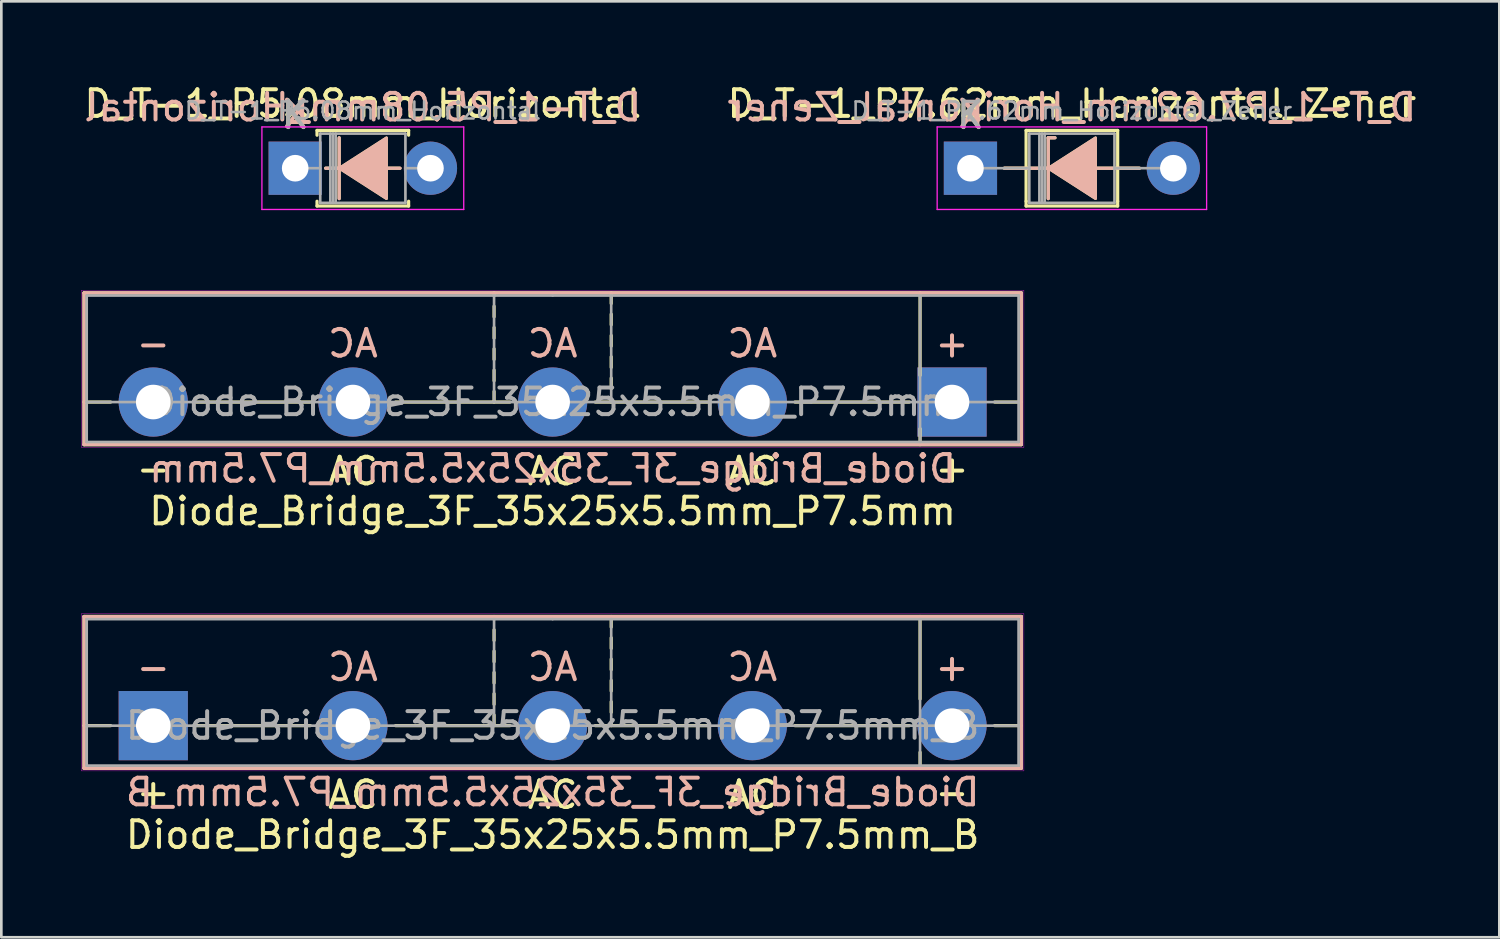
<source format=kicad_pcb>
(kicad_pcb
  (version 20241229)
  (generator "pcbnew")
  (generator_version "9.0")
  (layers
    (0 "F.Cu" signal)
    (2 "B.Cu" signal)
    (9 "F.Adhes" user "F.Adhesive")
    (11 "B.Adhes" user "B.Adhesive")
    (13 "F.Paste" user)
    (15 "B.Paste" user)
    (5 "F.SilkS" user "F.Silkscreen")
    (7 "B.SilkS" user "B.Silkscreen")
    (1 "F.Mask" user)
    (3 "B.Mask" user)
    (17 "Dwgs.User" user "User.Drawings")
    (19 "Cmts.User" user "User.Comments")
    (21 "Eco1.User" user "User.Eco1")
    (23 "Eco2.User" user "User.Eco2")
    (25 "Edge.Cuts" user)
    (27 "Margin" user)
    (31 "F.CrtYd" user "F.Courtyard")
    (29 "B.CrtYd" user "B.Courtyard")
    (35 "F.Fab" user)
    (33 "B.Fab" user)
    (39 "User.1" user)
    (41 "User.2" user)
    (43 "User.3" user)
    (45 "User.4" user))
  (footprint "Diode_Bridge_3F_35x25x5.5mm_P7.5mm_B"
    (layer "F.Cu")
    (at 2.706 24.204)
    (property "Reference" "Diode_Bridge_3F_35x25x5.5mm_P7.5mm_B" (at 15 4.1 0) (unlocked yes) (layer "F.SilkS") (effects (font (size 1 1) (thickness 0.15))))
    (fp_line (start -2.6 -4.1) (end 32.6 -4.1) (stroke (width 0.12) (type solid)) (layer "F.SilkS"))
    (fp_line (start -2.6 0) (end -1.6 0) (stroke (width 0.12) (type solid)) (layer "F.SilkS"))
    (fp_line (start -2.6 1.6) (end -2.6 -4.1) (stroke (width 0.12) (type solid)) (layer "F.SilkS"))
    (fp_line (start 1.6 0) (end 5.9 0) (stroke (width 0.12) (type solid)) (layer "F.SilkS"))
    (fp_line (start 9.1 0) (end 13.4 0) (stroke (width 0.12) (type solid)) (layer "F.SilkS"))
    (fp_line (start 12.8 -4) (end 12.8 -4.1) (stroke (width 0.12) (type solid)) (layer "F.SilkS"))
    (fp_line (start 12.8 -3.2) (end 12.8 -3.6) (stroke (width 0.12) (type solid)) (layer "F.SilkS"))
    (fp_line (start 12.8 -2.4) (end 12.8 -2.8) (stroke (width 0.12) (type solid)) (layer "F.SilkS"))
    (fp_line (start 12.8 -1.6) (end 12.8 -2) (stroke (width 0.12) (type solid)) (layer "F.SilkS"))
    (fp_line (start 12.8 -0.8) (end 12.8 -1.2) (stroke (width 0.12) (type solid)) (layer "F.SilkS"))
    (fp_line (start 12.8 0) (end 12.8 -0.4) (stroke (width 0.12) (type solid)) (layer "F.SilkS"))
    (fp_line (start 16.6 0) (end 20.9 0) (stroke (width 0.12) (type solid)) (layer "F.SilkS"))
    (fp_line (start 17.2 -4.1) (end 17.2 -3.7) (stroke (width 0.12) (type solid)) (layer "F.SilkS"))
    (fp_line (start 17.2 -3.3) (end 17.2 -2.9) (stroke (width 0.12) (type solid)) (layer "F.SilkS"))
    (fp_line (start 17.2 -2.5) (end 17.2 -2.1) (stroke (width 0.12) (type solid)) (layer "F.SilkS"))
    (fp_line (start 17.2 -1.7) (end 17.2 -1.3) (stroke (width 0.12) (type solid)) (layer "F.SilkS"))
    (fp_line (start 17.2 -0.9) (end 17.2 -0.5) (stroke (width 0.12) (type solid)) (layer "F.SilkS"))
    (fp_line (start 17.2 -0.1) (end 17.2 0) (stroke (width 0.12) (type solid)) (layer "F.SilkS"))
    (fp_line (start 24.1 0) (end 28.4 0) (stroke (width 0.12) (type solid)) (layer "F.SilkS"))
    (fp_line (start 28.8 -4.1) (end 28.8 -1) (stroke (width 0.12) (type solid)) (layer "F.SilkS"))
    (fp_line (start 28.8 1.6) (end 28.8 1) (stroke (width 0.12) (type solid)) (layer "F.SilkS"))
    (fp_line (start 31.6 0) (end 32.6 0) (stroke (width 0.12) (type solid)) (layer "F.SilkS"))
    (fp_line (start 32.6 -4.1) (end 32.6 1.6) (stroke (width 0.12) (type solid)) (layer "F.SilkS"))
    (fp_line (start 32.6 1.6) (end -2.6 1.6) (stroke (width 0.12) (type solid)) (layer "F.SilkS"))
    (fp_line (start -2.6 -4.1) (end 32.6 -4.1) (stroke (width 0.12) (type solid)) (layer "B.SilkS"))
    (fp_line (start -2.6 1.6) (end -2.6 -4.1) (stroke (width 0.12) (type solid)) (layer "B.SilkS"))
    (fp_line (start 32.6 -4.1) (end 32.6 1.6) (stroke (width 0.12) (type solid)) (layer "B.SilkS"))
    (fp_line (start 32.6 1.6) (end -2.6 1.6) (stroke (width 0.12) (type solid)) (layer "B.SilkS"))
    (fp_line (start -2.7 -4.2) (end 32.7 -4.2) (stroke (width 0.013) (type solid)) (layer "F.CrtYd"))
    (fp_line (start -2.7 1.7) (end -2.7 -4.2) (stroke (width 0.013) (type solid)) (layer "F.CrtYd"))
    (fp_line (start 32.7 -4.2) (end 32.7 1.7) (stroke (width 0.013) (type solid)) (layer "F.CrtYd"))
    (fp_line (start 32.7 1.7) (end -2.7 1.7) (stroke (width 0.013) (type solid)) (layer "F.CrtYd"))
    (fp_line (start -2.5 0) (end -2.5 -4) (stroke (width 0.1) (type solid)) (layer "F.Fab"))
    (fp_line (start -2.5 0) (end -2.5 1.5) (stroke (width 0.1) (type solid)) (layer "F.Fab"))
    (fp_line (start -2.5 1.5) (end 32.5 1.5) (stroke (width 0.1) (type solid)) (layer "F.Fab"))
    (fp_line (start 12.8 -4) (end 12.8 0) (stroke (width 0.1) (type solid)) (layer "F.Fab"))
    (fp_line (start 15 -4) (end -2.5 -4) (stroke (width 0.1) (type solid)) (layer "F.Fab"))
    (fp_line (start 15 -4) (end 32.5 -4) (stroke (width 0.1) (type solid)) (layer "F.Fab"))
    (fp_line (start 17.2 -4) (end 17.2 0) (stroke (width 0.1) (type solid)) (layer "F.Fab"))
    (fp_line (start 28.8 1.5) (end 28.8 -4) (stroke (width 0.1) (type solid)) (layer "F.Fab"))
    (fp_line (start 32.5 -4) (end 32.5 0) (stroke (width 0.1) (type solid)) (layer "F.Fab"))
    (fp_line (start 32.5 0) (end -2.5 0) (stroke (width 0.1) (type solid)) (layer "F.Fab"))
    (fp_line (start 32.5 1.5) (end 32.5 0) (stroke (width 0.1) (type solid)) (layer "F.Fab"))
    (fp_text user "AC" (at 15 2.6 0) (layer "F.SilkS") (effects (font (size 1 1) (thickness 0.15))))
    (fp_text user "AC" (at 22.5 2.6 0) (layer "F.SilkS") (effects (font (size 1 1) (thickness 0.15))))
    (fp_text user "-" (at 30 2.5 0) (layer "F.SilkS") (effects (font (size 1 1) (thickness 0.15))))
    (fp_text user "AC" (at 7.5 2.6 0) (layer "F.SilkS") (effects (font (size 1 1) (thickness 0.15))))
    (fp_text user "+" (at 0 2.5 0) (layer "F.SilkS") (effects (font (size 1 1) (thickness 0.15))))
    (fp_text user "AC" (at 22.5 -2.2 0) (layer "B.SilkS") (effects (font (size 1 1) (thickness 0.15)) (justify mirror)))
    (fp_text user "AC" (at 15 -2.2 0) (layer "B.SilkS") (effects (font (size 1 1) (thickness 0.15)) (justify mirror)))
    (fp_text user "+" (at 30 -2.2 0) (layer "B.SilkS") (effects (font (size 1 1) (thickness 0.15)) (justify mirror)))
    (fp_text user "-" (at 0 -2.2 0) (layer "B.SilkS") (effects (font (size 1 1) (thickness 0.15)) (justify mirror)))
    (fp_text user "${REFERENCE}" (at 15 2.5 0) (layer "B.SilkS") (effects (font (size 1 1) (thickness 0.15)) (justify mirror)))
    (fp_text user "AC" (at 7.5 -2.2 0) (layer "B.SilkS") (effects (font (size 1 1) (thickness 0.15)) (justify mirror)))
    (fp_text user "${REFERENCE}" (at 15 0 0) (layer "F.Fab") (effects (font (size 1 1) (thickness 0.15))))
    (pad "1" thru_hole rect (at 0 0) (size 2.6 2.6) (drill 1.3) (layers "*.Cu" "*.Mask"))
    (pad "2" thru_hole circle (at 7.5 0) (size 2.6 2.6) (drill 1.3) (layers "*.Cu" "*.Mask"))
    (pad "3" thru_hole circle (at 15 0) (size 2.6 2.6) (drill 1.3) (layers "*.Cu" "*.Mask"))
    (pad "4" thru_hole circle (at 22.5 0) (size 2.6 2.6) (drill 1.3) (layers "*.Cu" "*.Mask"))
    (pad "5" thru_hole circle (at 30 0) (size 2.6 2.6) (drill 1.3) (layers "*.Cu" "*.Mask")))
  (footprint "Diode_Bridge_3F_35x25x5.5mm_P7.5mm"
    (layer "F.Cu")
    (at 32.706 12.05)
    (property "Reference" "Diode_Bridge_3F_35x25x5.5mm_P7.5mm" (at -15 4.1 0) (unlocked yes) (layer "F.SilkS") (effects (font (size 1 1) (thickness 0.15))))
    (fp_line (start -32.6 -4.1) (end 2.6 -4.1) (stroke (width 0.12) (type solid)) (layer "F.SilkS"))
    (fp_line (start -32.6 0) (end -31.6 0) (stroke (width 0.12) (type solid)) (layer "F.SilkS"))
    (fp_line (start -32.6 1.6) (end -32.6 -4.1) (stroke (width 0.12) (type solid)) (layer "F.SilkS"))
    (fp_line (start -28.4 0) (end -24.1 0) (stroke (width 0.12) (type solid)) (layer "F.SilkS"))
    (fp_line (start -20.9 0) (end -16.6 0) (stroke (width 0.12) (type solid)) (layer "F.SilkS"))
    (fp_line (start -17.2 -4) (end -17.2 -4.1) (stroke (width 0.12) (type solid)) (layer "F.SilkS"))
    (fp_line (start -17.2 -3.2) (end -17.2 -3.6) (stroke (width 0.12) (type solid)) (layer "F.SilkS"))
    (fp_line (start -17.2 -2.4) (end -17.2 -2.8) (stroke (width 0.12) (type solid)) (layer "F.SilkS"))
    (fp_line (start -17.2 -1.6) (end -17.2 -2) (stroke (width 0.12) (type solid)) (layer "F.SilkS"))
    (fp_line (start -17.2 -0.8) (end -17.2 -1.2) (stroke (width 0.12) (type solid)) (layer "F.SilkS"))
    (fp_line (start -17.2 0) (end -17.2 -0.4) (stroke (width 0.12) (type solid)) (layer "F.SilkS"))
    (fp_line (start -13.4 0) (end -9.1 0) (stroke (width 0.12) (type solid)) (layer "F.SilkS"))
    (fp_line (start -12.8 -4.1) (end -12.8 -3.7) (stroke (width 0.12) (type solid)) (layer "F.SilkS"))
    (fp_line (start -12.8 -3.3) (end -12.8 -2.9) (stroke (width 0.12) (type solid)) (layer "F.SilkS"))
    (fp_line (start -12.8 -2.5) (end -12.8 -2.1) (stroke (width 0.12) (type solid)) (layer "F.SilkS"))
    (fp_line (start -12.8 -1.7) (end -12.8 -1.3) (stroke (width 0.12) (type solid)) (layer "F.SilkS"))
    (fp_line (start -12.8 -0.9) (end -12.8 -0.5) (stroke (width 0.12) (type solid)) (layer "F.SilkS"))
    (fp_line (start -12.8 -0.1) (end -12.8 0) (stroke (width 0.12) (type solid)) (layer "F.SilkS"))
    (fp_line (start -5.9 0) (end -1.6 0) (stroke (width 0.12) (type solid)) (layer "F.SilkS"))
    (fp_line (start -1.2 -4.1) (end -1.2 -1) (stroke (width 0.12) (type solid)) (layer "F.SilkS"))
    (fp_line (start -1.2 1.6) (end -1.2 1) (stroke (width 0.12) (type solid)) (layer "F.SilkS"))
    (fp_line (start 1.6 0) (end 2.6 0) (stroke (width 0.12) (type solid)) (layer "F.SilkS"))
    (fp_line (start 2.6 -4.1) (end 2.6 1.6) (stroke (width 0.12) (type solid)) (layer "F.SilkS"))
    (fp_line (start 2.6 1.6) (end -32.6 1.6) (stroke (width 0.12) (type solid)) (layer "F.SilkS"))
    (fp_line (start -32.6 -4.1) (end 2.6 -4.1) (stroke (width 0.12) (type solid)) (layer "B.SilkS"))
    (fp_line (start -32.6 1.6) (end -32.6 -4.1) (stroke (width 0.12) (type solid)) (layer "B.SilkS"))
    (fp_line (start 2.6 -4.1) (end 2.6 1.6) (stroke (width 0.12) (type solid)) (layer "B.SilkS"))
    (fp_line (start 2.6 1.6) (end -32.6 1.6) (stroke (width 0.12) (type solid)) (layer "B.SilkS"))
    (fp_line (start -32.7 -4.2) (end 2.7 -4.2) (stroke (width 0.013) (type solid)) (layer "F.CrtYd"))
    (fp_line (start -32.7 1.7) (end -32.7 -4.2) (stroke (width 0.013) (type solid)) (layer "F.CrtYd"))
    (fp_line (start 2.7 -4.2) (end 2.7 1.7) (stroke (width 0.013) (type solid)) (layer "F.CrtYd"))
    (fp_line (start 2.7 1.7) (end -32.7 1.7) (stroke (width 0.013) (type solid)) (layer "F.CrtYd"))
    (fp_line (start -32.5 0) (end -32.5 -4) (stroke (width 0.1) (type solid)) (layer "F.Fab"))
    (fp_line (start -32.5 0) (end -32.5 1.5) (stroke (width 0.1) (type solid)) (layer "F.Fab"))
    (fp_line (start -32.5 1.5) (end 2.5 1.5) (stroke (width 0.1) (type solid)) (layer "F.Fab"))
    (fp_line (start -17.2 -4) (end -17.2 0) (stroke (width 0.1) (type solid)) (layer "F.Fab"))
    (fp_line (start -15 -4) (end -32.5 -4) (stroke (width 0.1) (type solid)) (layer "F.Fab"))
    (fp_line (start -15 -4) (end 2.5 -4) (stroke (width 0.1) (type solid)) (layer "F.Fab"))
    (fp_line (start -12.8 -4) (end -12.8 0) (stroke (width 0.1) (type solid)) (layer "F.Fab"))
    (fp_line (start -1.2 1.5) (end -1.2 -4) (stroke (width 0.1) (type solid)) (layer "F.Fab"))
    (fp_line (start 2.5 -4) (end 2.5 0) (stroke (width 0.1) (type solid)) (layer "F.Fab"))
    (fp_line (start 2.5 0) (end -32.5 0) (stroke (width 0.1) (type solid)) (layer "F.Fab"))
    (fp_line (start 2.5 1.5) (end 2.5 0) (stroke (width 0.1) (type solid)) (layer "F.Fab"))
    (fp_text user "+" (at 0 2.5 0) (layer "F.SilkS") (effects (font (size 1 1) (thickness 0.15))))
    (fp_text user "AC" (at -15 2.6 0) (layer "F.SilkS") (effects (font (size 1 1) (thickness 0.15))))
    (fp_text user "AC" (at -22.5 2.6 0) (layer "F.SilkS") (effects (font (size 1 1) (thickness 0.15))))
    (fp_text user "-" (at -30 2.5 0) (layer "F.SilkS") (effects (font (size 1 1) (thickness 0.15))))
    (fp_text user "AC" (at -7.5 2.6 0) (layer "F.SilkS") (effects (font (size 1 1) (thickness 0.15))))
    (fp_text user "+" (at 0 -2.2 0) (layer "B.SilkS") (effects (font (size 1 1) (thickness 0.15)) (justify mirror)))
    (fp_text user "AC" (at -22.5 -2.2 0) (layer "B.SilkS") (effects (font (size 1 1) (thickness 0.15)) (justify mirror)))
    (fp_text user "AC" (at -15 -2.2 0) (layer "B.SilkS") (effects (font (size 1 1) (thickness 0.15)) (justify mirror)))
    (fp_text user "${REFERENCE}" (at -15 2.5 0) (layer "B.SilkS") (effects (font (size 1 1) (thickness 0.15)) (justify mirror)))
    (fp_text user "-" (at -30 -2.2 0) (layer "B.SilkS") (effects (font (size 1 1) (thickness 0.15)) (justify mirror)))
    (fp_text user "AC" (at -7.5 -2.2 0) (layer "B.SilkS") (effects (font (size 1 1) (thickness 0.15)) (justify mirror)))
    (fp_text user "${REFERENCE}" (at -15 0 0) (layer "F.Fab") (effects (font (size 1 1) (thickness 0.15))))
    (pad "1" thru_hole rect (at 0 0) (size 2.6 2.6) (drill 1.3) (layers "*.Cu" "*.Mask"))
    (pad "2" thru_hole circle (at -7.5 0) (size 2.6 2.6) (drill 1.3) (layers "*.Cu" "*.Mask"))
    (pad "3" thru_hole circle (at -15 0) (size 2.6 2.6) (drill 1.3) (layers "*.Cu" "*.Mask"))
    (pad "4" thru_hole circle (at -22.5 0) (size 2.6 2.6) (drill 1.3) (layers "*.Cu" "*.Mask"))
    (pad "5" thru_hole circle (at -30 0) (size 2.6 2.6) (drill 1.3) (layers "*.Cu" "*.Mask")))
  (footprint "D_T-1_P7.62mm_Horizontal_Zener"
    (layer "F.Cu")
    (at 33.398 3.268)
    (property "Reference" "D_T-1_P7.62mm_Horizontal_Zener" (at 3.81 -2.42 0) (layer "F.SilkS") (effects (font (size 1 1) (thickness 0.15))))
    (fp_line (start 2.09 -1.42) (end 5.53 -1.42) (stroke (width 0.12) (type solid)) (layer "F.SilkS"))
    (fp_line (start 2.09 1.24) (end 2.09 -1.42) (stroke (width 0.12) (type solid)) (layer "F.SilkS"))
    (fp_line (start 2.09 1.24) (end 2.09 1.42) (stroke (width 0.12) (type solid)) (layer "F.SilkS"))
    (fp_line (start 2.09 1.42) (end 5.53 1.42) (stroke (width 0.12) (type solid)) (layer "F.SilkS"))
    (fp_line (start 2.921 -1.143) (end 2.921 1.143) (stroke (width 0.12) (type solid)) (layer "F.SilkS"))
    (fp_line (start 2.921 -1.143) (end 3.175 -1.143) (stroke (width 0.12) (type solid)) (layer "F.SilkS"))
    (fp_line (start 3.048 0) (end 1.27 0) (stroke (width 0.12) (type solid)) (layer "F.SilkS"))
    (fp_line (start 4.699 0) (end 6.35 0) (stroke (width 0.12) (type solid)) (layer "F.SilkS"))
    (fp_line (start 5.53 -1.42) (end 5.53 1.24) (stroke (width 0.12) (type solid)) (layer "F.SilkS"))
    (fp_line (start 5.53 1.42) (end 5.53 1.24) (stroke (width 0.12) (type solid)) (layer "F.SilkS"))
    (fp_poly (pts (xy 4.699 1.143) (xy 2.921 0) (xy 4.699 -1.143)) (stroke (width 0.1) (type solid)) (fill yes) (layer "F.SilkS"))
    (fp_line (start 2.921 -1.143) (end 3.175 -1.143) (stroke (width 0.12) (type solid)) (layer "B.SilkS"))
    (fp_line (start 2.921 1.143) (end 2.921 -1.143) (stroke (width 0.12) (type solid)) (layer "B.SilkS"))
    (fp_line (start 3.048 0) (end 1.27 0) (stroke (width 0.12) (type solid)) (layer "B.SilkS"))
    (fp_line (start 4.699 0) (end 6.35 0) (stroke (width 0.12) (type solid)) (layer "B.SilkS"))
    (fp_poly (pts (xy 4.699 -1.143) (xy 2.921 0) (xy 4.699 1.143)) (stroke (width 0.1) (type solid)) (fill yes) (layer "B.SilkS"))
    (fp_line (start -1.25 -1.55) (end -1.25 1.55) (stroke (width 0.05) (type solid)) (layer "F.CrtYd"))
    (fp_line (start -1.25 1.55) (end 8.87 1.55) (stroke (width 0.05) (type solid)) (layer "F.CrtYd"))
    (fp_line (start 8.87 -1.55) (end -1.25 -1.55) (stroke (width 0.05) (type solid)) (layer "F.CrtYd"))
    (fp_line (start 8.87 1.55) (end 8.87 -1.55) (stroke (width 0.05) (type solid)) (layer "F.CrtYd"))
    (fp_line (start 0 0) (end 2.21 0) (stroke (width 0.1) (type solid)) (layer "F.Fab"))
    (fp_line (start 2.21 -1.3) (end 2.21 1.3) (stroke (width 0.1) (type solid)) (layer "F.Fab"))
    (fp_line (start 2.21 1.3) (end 5.41 1.3) (stroke (width 0.1) (type solid)) (layer "F.Fab"))
    (fp_line (start 2.59 -1.3) (end 2.59 1.3) (stroke (width 0.1) (type solid)) (layer "F.Fab"))
    (fp_line (start 2.69 -1.3) (end 2.69 1.3) (stroke (width 0.1) (type solid)) (layer "F.Fab"))
    (fp_line (start 2.79 -1.3) (end 2.79 1.3) (stroke (width 0.1) (type solid)) (layer "F.Fab"))
    (fp_line (start 5.41 -1.3) (end 2.21 -1.3) (stroke (width 0.1) (type solid)) (layer "F.Fab"))
    (fp_line (start 5.41 1.3) (end 5.41 -1.3) (stroke (width 0.1) (type solid)) (layer "F.Fab"))
    (fp_line (start 7.62 0) (end 5.41 0) (stroke (width 0.1) (type solid)) (layer "F.Fab"))
    (fp_text user "K" (at 0 -2 0) (layer "F.SilkS") (effects (font (size 1 1) (thickness 0.15))))
    (fp_text user "${REFERENCE}" (at 3.81 -2.286 0) (layer "B.SilkS") (effects (font (size 1 1) (thickness 0.15)) (justify mirror)))
    (fp_text user "K" (at 0 -2.032 0) (layer "B.SilkS") (effects (font (size 1 1) (thickness 0.15)) (justify mirror)))
    (fp_text user "${REFERENCE}" (at 3.81 -2.159 0) (layer "F.Fab") (effects (font (size 0.64 0.64) (thickness 0.096))))
    (fp_text user "K" (at 0 -2 0) (layer "F.Fab") (effects (font (size 1 1) (thickness 0.15))))
    (pad "1" thru_hole rect (at 0 0) (size 2 2) (drill 1) (layers "*.Cu" "*.Mask"))
    (pad "2" thru_hole oval (at 7.62 0) (size 2 2) (drill 1) (layers "*.Cu" "*.Mask")))
  (footprint "D_T-1_P5.08mm_Horizontal"
    (layer "F.Cu")
    (at 8.037 3.268)
    (property "Reference" "D_T-1_P5.08mm_Horizontal" (at 2.54 -2.42 0) (layer "F.SilkS") (effects (font (size 1 1) (thickness 0.15))))
    (fp_line (start 0.82 -1.42) (end 4.26 -1.42) (stroke (width 0.12) (type solid)) (layer "F.SilkS"))
    (fp_line (start 0.82 -1.24) (end 0.82 -1.42) (stroke (width 0.12) (type solid)) (layer "F.SilkS"))
    (fp_line (start 0.82 1.24) (end 0.82 1.42) (stroke (width 0.12) (type solid)) (layer "F.SilkS"))
    (fp_line (start 0.82 1.42) (end 4.26 1.42) (stroke (width 0.12) (type solid)) (layer "F.SilkS"))
    (fp_line (start 1.651 -1.143) (end 1.651 1.143) (stroke (width 0.12) (type solid)) (layer "F.SilkS"))
    (fp_line (start 1.778 0) (end 1.143 0) (stroke (width 0.12) (type solid)) (layer "F.SilkS"))
    (fp_line (start 3.429 0) (end 3.937 0) (stroke (width 0.12) (type solid)) (layer "F.SilkS"))
    (fp_line (start 4.26 -1.42) (end 4.26 -1.24) (stroke (width 0.12) (type solid)) (layer "F.SilkS"))
    (fp_line (start 4.26 1.42) (end 4.26 1.24) (stroke (width 0.12) (type solid)) (layer "F.SilkS"))
    (fp_poly (pts (xy 3.429 1.143) (xy 1.651 0) (xy 3.429 -1.143)) (stroke (width 0.1) (type solid)) (fill yes) (layer "F.SilkS"))
    (fp_line (start 1.651 1.143) (end 1.651 -1.143) (stroke (width 0.12) (type solid)) (layer "B.SilkS"))
    (fp_line (start 1.778 0) (end 1.143 0) (stroke (width 0.12) (type solid)) (layer "B.SilkS"))
    (fp_line (start 3.429 0) (end 3.937 0) (stroke (width 0.12) (type solid)) (layer "B.SilkS"))
    (fp_poly (pts (xy 3.429 -1.143) (xy 1.651 0) (xy 3.429 1.143)) (stroke (width 0.1) (type solid)) (fill yes) (layer "B.SilkS"))
    (fp_line (start -1.25 -1.55) (end -1.25 1.55) (stroke (width 0.05) (type solid)) (layer "F.CrtYd"))
    (fp_line (start -1.25 1.55) (end 6.33 1.55) (stroke (width 0.05) (type solid)) (layer "F.CrtYd"))
    (fp_line (start 6.33 -1.55) (end -1.25 -1.55) (stroke (width 0.05) (type solid)) (layer "F.CrtYd"))
    (fp_line (start 6.33 1.55) (end 6.33 -1.55) (stroke (width 0.05) (type solid)) (layer "F.CrtYd"))
    (fp_line (start 0 0) (end 0.94 0) (stroke (width 0.1) (type solid)) (layer "F.Fab"))
    (fp_line (start 0.94 -1.3) (end 0.94 1.3) (stroke (width 0.1) (type solid)) (layer "F.Fab"))
    (fp_line (start 0.94 1.3) (end 4.14 1.3) (stroke (width 0.1) (type solid)) (layer "F.Fab"))
    (fp_line (start 1.32 -1.3) (end 1.32 1.3) (stroke (width 0.1) (type solid)) (layer "F.Fab"))
    (fp_line (start 1.42 -1.3) (end 1.42 1.3) (stroke (width 0.1) (type solid)) (layer "F.Fab"))
    (fp_line (start 1.52 -1.3) (end 1.52 1.3) (stroke (width 0.1) (type solid)) (layer "F.Fab"))
    (fp_line (start 4.14 -1.3) (end 0.94 -1.3) (stroke (width 0.1) (type solid)) (layer "F.Fab"))
    (fp_line (start 4.14 1.3) (end 4.14 -1.3) (stroke (width 0.1) (type solid)) (layer "F.Fab"))
    (fp_line (start 5.08 0) (end 4.14 0) (stroke (width 0.1) (type solid)) (layer "F.Fab"))
    (fp_text user "K" (at 0 -2 0) (layer "F.SilkS") (effects (font (size 1 1) (thickness 0.15))))
    (fp_text user "K" (at 0 -2.032 0) (layer "B.SilkS") (effects (font (size 1 1) (thickness 0.15)) (justify mirror)))
    (fp_text user "${REFERENCE}" (at 2.54 -2.286 0) (layer "B.SilkS") (effects (font (size 1 1) (thickness 0.15)) (justify mirror)))
    (fp_text user "K" (at 0 -2 0) (layer "F.Fab") (effects (font (size 1 1) (thickness 0.15))))
    (fp_text user "${REFERENCE}" (at 2.54 -2.159 0) (layer "F.Fab") (effects (font (size 0.64 0.64) (thickness 0.096))))
    (pad "1" thru_hole rect (at 0 0) (size 2 2) (drill 1) (layers "*.Cu" "*.Mask"))
    (pad "2" thru_hole oval (at 5.08 0) (size 2 2) (drill 1) (layers "*.Cu" "*.Mask")))
  (gr_rect
    (start -3 -3)
    (end 53.262 32.152)
    (stroke (width 0.1) (type default))
    (fill no)
    (layer "Edge.Cuts")))
</source>
